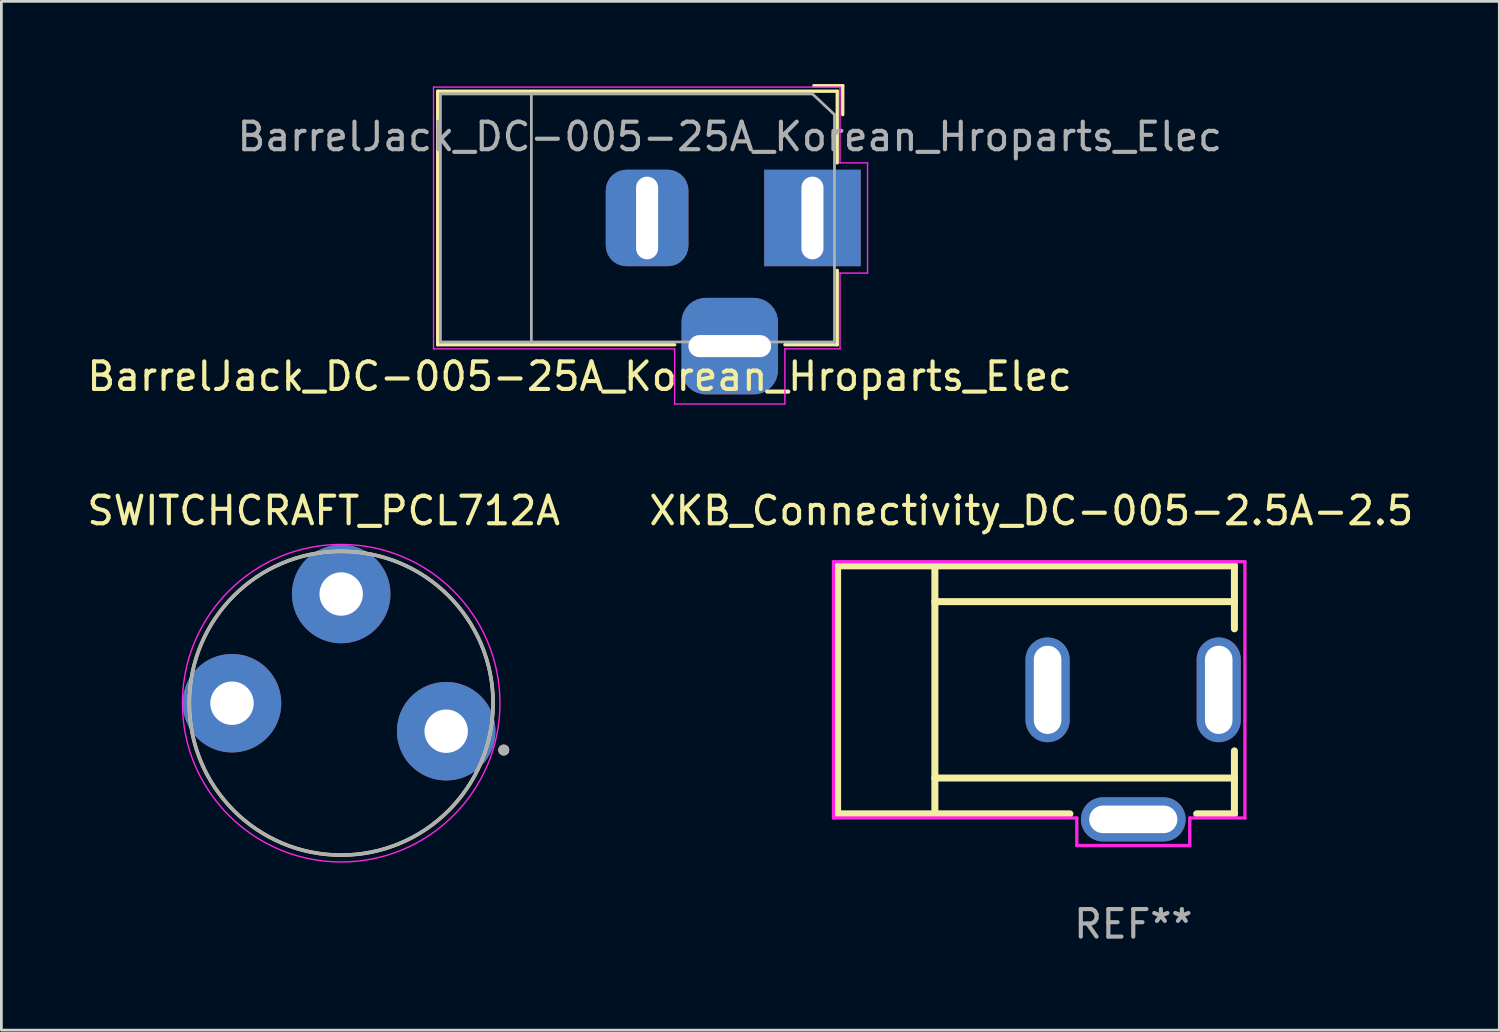
<source format=kicad_pcb>
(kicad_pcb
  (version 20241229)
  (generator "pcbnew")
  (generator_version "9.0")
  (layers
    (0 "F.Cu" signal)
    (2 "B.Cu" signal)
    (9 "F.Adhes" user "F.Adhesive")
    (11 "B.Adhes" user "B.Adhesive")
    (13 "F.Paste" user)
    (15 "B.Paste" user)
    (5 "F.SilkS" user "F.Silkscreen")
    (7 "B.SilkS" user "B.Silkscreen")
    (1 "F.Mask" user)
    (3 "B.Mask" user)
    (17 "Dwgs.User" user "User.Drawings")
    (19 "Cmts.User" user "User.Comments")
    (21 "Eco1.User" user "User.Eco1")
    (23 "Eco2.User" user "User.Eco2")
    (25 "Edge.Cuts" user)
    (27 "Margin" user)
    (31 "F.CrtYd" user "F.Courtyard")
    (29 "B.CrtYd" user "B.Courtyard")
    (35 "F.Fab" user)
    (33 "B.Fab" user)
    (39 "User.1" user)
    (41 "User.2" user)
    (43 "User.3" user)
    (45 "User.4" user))
  (footprint "BarrelJack_DC-005-25A_Korean_Hroparts_Elec"
    (layer "F.Cu")
    (at 26.432 4.86)
    (property "Reference" "BarrelJack_DC-005-25A_Korean_Hroparts_Elec" (at -8.45 5.75 180) (layer "F.SilkS") (effects (font (size 1 1) (thickness 0.15))))
    (attr through_hole)
    (fp_line (start -13.6 -4.6) (end 0.9 -4.6) (stroke (width 0.12) (type solid)) (layer "F.SilkS"))
    (fp_line (start -13.6 4.6) (end -13.6 -4.6) (stroke (width 0.12) (type solid)) (layer "F.SilkS"))
    (fp_line (start -5 4.6) (end -13.6 4.6) (stroke (width 0.12) (type solid)) (layer "F.SilkS"))
    (fp_line (start 0.05 -4.8) (end 1.1 -4.8) (stroke (width 0.12) (type solid)) (layer "F.SilkS"))
    (fp_line (start 0.9 -4.6) (end 0.9 -2) (stroke (width 0.12) (type solid)) (layer "F.SilkS"))
    (fp_line (start 0.9 1.9) (end 0.9 4.6) (stroke (width 0.12) (type solid)) (layer "F.SilkS"))
    (fp_line (start 0.9 4.6) (end -1 4.6) (stroke (width 0.12) (type solid)) (layer "F.SilkS"))
    (fp_line (start 1.1 -3.75) (end 1.1 -4.8) (stroke (width 0.12) (type solid)) (layer "F.SilkS"))
    (fp_line (start -13.75 4.75) (end -13.75 -4.75) (stroke (width 0.05) (type solid)) (layer "F.CrtYd"))
    (fp_line (start -5 4.75) (end -13.75 4.75) (stroke (width 0.05) (type solid)) (layer "F.CrtYd"))
    (fp_line (start -5 6.75) (end -5 4.75) (stroke (width 0.05) (type solid)) (layer "F.CrtYd"))
    (fp_line (start -1 4.75) (end -1 6.75) (stroke (width 0.05) (type solid)) (layer "F.CrtYd"))
    (fp_line (start -1 6.75) (end -5 6.75) (stroke (width 0.05) (type solid)) (layer "F.CrtYd"))
    (fp_line (start 1 -4.75) (end -13.75 -4.75) (stroke (width 0.05) (type solid)) (layer "F.CrtYd"))
    (fp_line (start 1 -4.5) (end 1 -4.75) (stroke (width 0.05) (type solid)) (layer "F.CrtYd"))
    (fp_line (start 1 -4.5) (end 1 -2) (stroke (width 0.05) (type solid)) (layer "F.CrtYd"))
    (fp_line (start 1 -2) (end 2 -2) (stroke (width 0.05) (type solid)) (layer "F.CrtYd"))
    (fp_line (start 1 2) (end 1 4.75) (stroke (width 0.05) (type solid)) (layer "F.CrtYd"))
    (fp_line (start 1 4.75) (end -1 4.75) (stroke (width 0.05) (type solid)) (layer "F.CrtYd"))
    (fp_line (start 2 -2) (end 2 2) (stroke (width 0.05) (type solid)) (layer "F.CrtYd"))
    (fp_line (start 2 2) (end 1 2) (stroke (width 0.05) (type solid)) (layer "F.CrtYd"))
    (fp_line (start -13.5 -4.5) (end -13.5 4.5) (stroke (width 0.1) (type solid)) (layer "F.Fab"))
    (fp_line (start -13.5 4.5) (end 0.8 4.5) (stroke (width 0.1) (type solid)) (layer "F.Fab"))
    (fp_line (start -10.2 -4.5) (end -10.2 4.5) (stroke (width 0.1) (type solid)) (layer "F.Fab"))
    (fp_line (start -0.003 -4.505) (end 0.8 -3.75) (stroke (width 0.1) (type solid)) (layer "F.Fab"))
    (fp_line (start 0 -4.5) (end -13.5 -4.5) (stroke (width 0.1) (type solid)) (layer "F.Fab"))
    (fp_line (start 0.8 4.5) (end 0.8 -3.75) (stroke (width 0.1) (type solid)) (layer "F.Fab"))
    (fp_text user "${REFERENCE}" (at -3 -2.95 180) (layer "F.Fab") (effects (font (size 1 1) (thickness 0.15))))
    (pad "1" thru_hole rect (at 0 0) (size 3.5 3.5) (drill oval 0.8 3) (layers "*.Cu" "*.Mask"))
    (pad "2" thru_hole roundrect (at -6 0) (size 3 3.5) (drill oval 0.8 3) (layers "*.Cu" "*.Mask") (roundrect_rratio 0.25))
    (pad "3" thru_hole roundrect (at -3 4.65) (size 3.5 3.5) (drill oval 3 0.8) (layers "*.Cu" "*.Mask") (roundrect_rratio 0.25)))
  (footprint "XKB_Connectivity_DC-005-2.5A-2.5"
    (layer "F.Cu")
    (at 38.075 21.983)
    (property "Reference" "XKB_Connectivity_DC-005-2.5A-2.5" (at -3.7 -6.5 0) (layer "F.SilkS") (effects (font (size 1 1) (thickness 0.15))))
    (attr through_hole)
    (fp_line (start -10.73 -4.5) (end 3.67 -4.5) (stroke (width 0.254) (type solid)) (layer "F.SilkS"))
    (fp_line (start -10.73 4.5) (end -10.73 -4.5) (stroke (width 0.254) (type solid)) (layer "F.SilkS"))
    (fp_line (start -10.73 4.5) (end -2.3 4.5) (stroke (width 0.254) (type solid)) (layer "F.SilkS"))
    (fp_line (start -7.2 -3.2) (end 3.67 -3.2) (stroke (width 0.254) (type solid)) (layer "F.SilkS"))
    (fp_line (start -7.2 3.2) (end 3.67 3.2) (stroke (width 0.254) (type solid)) (layer "F.SilkS"))
    (fp_line (start -7.2 4.5) (end -7.2 -4.5) (stroke (width 0.254) (type solid)) (layer "F.SilkS"))
    (fp_line (start 2.3 4.5) (end 3.67 4.5) (stroke (width 0.254) (type solid)) (layer "F.SilkS"))
    (fp_line (start 3.67 -4.5) (end 3.67 -2.214) (stroke (width 0.254) (type solid)) (layer "F.SilkS"))
    (fp_line (start 3.67 2.214) (end 3.67 4.5) (stroke (width 0.254) (type solid)) (layer "F.SilkS"))
    (fp_line (start -10.88 -4.65) (end 4.05 -4.65) (stroke (width 0.12) (type solid)) (layer "F.CrtYd"))
    (fp_line (start -10.88 4.65) (end -10.88 -4.65) (stroke (width 0.12) (type solid)) (layer "F.CrtYd"))
    (fp_line (start -2.05 4.65) (end -10.88 4.65) (stroke (width 0.12) (type solid)) (layer "F.CrtYd"))
    (fp_line (start -2.05 4.65) (end -2.05 5.65) (stroke (width 0.12) (type solid)) (layer "F.CrtYd"))
    (fp_line (start 2.05 4.65) (end 2.05 5.65) (stroke (width 0.12) (type solid)) (layer "F.CrtYd"))
    (fp_line (start 2.05 5.65) (end -2.05 5.65) (stroke (width 0.12) (type solid)) (layer "F.CrtYd"))
    (fp_line (start 4.05 -4.65) (end 4.05 4.65) (stroke (width 0.12) (type solid)) (layer "F.CrtYd"))
    (fp_line (start 4.05 4.65) (end 2.05 4.65) (stroke (width 0.12) (type solid)) (layer "F.CrtYd"))
    (fp_text user "REF**" (at 0 8.5 0) (layer "F.Fab") (effects (font (size 1 1) (thickness 0.15))))
    (pad "1" thru_hole oval (at 3.1 0) (size 1.6 3.8) (drill oval 1 3.2) (layers "*.Cu" "*.Mask"))
    (pad "2" thru_hole oval (at -3.11 0 180) (size 1.6 3.8) (drill oval 1 3.2) (layers "*.Cu" "*.Mask"))
    (pad "3" thru_hole oval (at 0 4.7 270) (size 1.6 3.8) (drill oval 1 3.2) (layers "*.Cu" "*.Mask")))
  (footprint "SWITCHCRAFT_PCL712A"
    (layer "F.Cu")
    (at 9.331 22.468)
    (property "Reference" "SWITCHCRAFT_PCL712A" (at -0.635 -6.985 0) (layer "F.SilkS") (effects (font (size 1 1) (thickness 0.15))))
    (attr through_hole)
    (fp_circle (center 0 0) (end 5.512 0) (stroke (width 0.127) (type solid)) (fill no) (layer "F.SilkS"))
    (fp_circle (center 5.9 1.7) (end 6 1.7) (stroke (width 0.2) (type solid)) (fill no) (layer "F.SilkS"))
    (fp_circle (center 0 0) (end 5.762 0) (stroke (width 0.05) (type solid)) (fill no) (layer "F.CrtYd"))
    (fp_circle (center 0 0) (end 5.512 0) (stroke (width 0.127) (type solid)) (fill no) (layer "F.Fab"))
    (fp_circle (center 5.9 1.7) (end 6 1.7) (stroke (width 0.2) (type solid)) (fill no) (layer "F.Fab"))
    (pad "PIN" thru_hole circle (at 3.81 1.016) (size 3.575 3.575) (drill 1.575) (layers "*.Cu" "*.Mask"))
    (pad "SLV" thru_hole circle (at 0 -3.962) (size 3.575 3.575) (drill 1.575) (layers "*.Cu" "*.Mask"))
    (pad "S_S" thru_hole circle (at -3.962 0) (size 3.575 3.575) (drill 1.575) (layers "*.Cu" "*.Mask")))
  (gr_rect
    (start -3 -3)
    (end 51.357 34.332)
    (stroke (width 0.1) (type default))
    (fill no)
    (layer "Edge.Cuts")))
</source>
